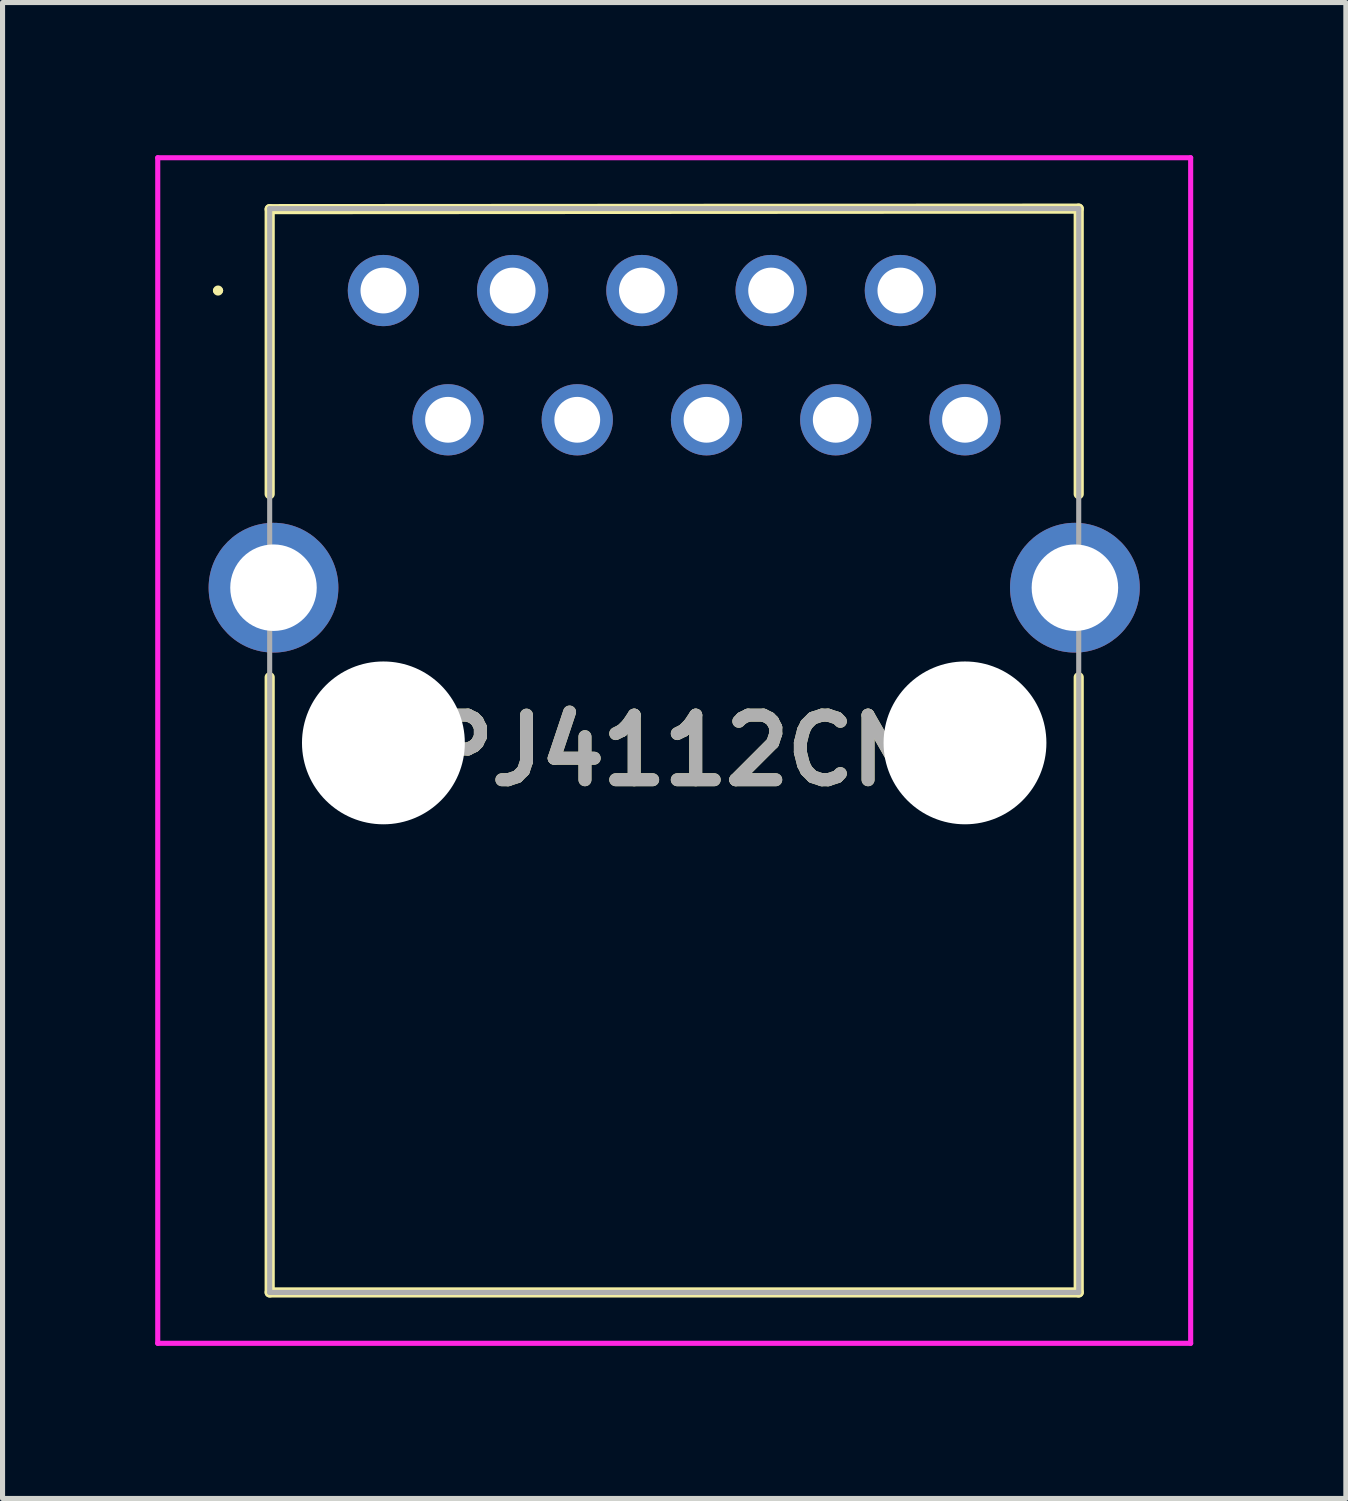
<source format=kicad_pcb>
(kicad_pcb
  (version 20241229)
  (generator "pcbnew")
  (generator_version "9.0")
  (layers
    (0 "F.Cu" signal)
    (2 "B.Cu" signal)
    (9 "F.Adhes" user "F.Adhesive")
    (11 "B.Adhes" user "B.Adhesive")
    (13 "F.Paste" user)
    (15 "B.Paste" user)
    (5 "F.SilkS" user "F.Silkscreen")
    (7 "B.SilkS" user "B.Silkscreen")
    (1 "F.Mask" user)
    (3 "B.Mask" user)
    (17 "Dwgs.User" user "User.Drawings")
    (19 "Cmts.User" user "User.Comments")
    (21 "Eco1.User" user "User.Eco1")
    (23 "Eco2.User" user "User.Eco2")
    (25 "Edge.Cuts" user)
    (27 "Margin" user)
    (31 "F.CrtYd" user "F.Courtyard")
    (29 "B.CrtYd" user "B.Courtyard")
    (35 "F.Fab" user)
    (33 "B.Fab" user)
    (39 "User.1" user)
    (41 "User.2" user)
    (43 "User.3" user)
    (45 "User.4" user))
  (footprint "LPJ4112CNL"
    (layer "F.Cu")
    (at 4.485 2.66)
    (property "Reference" "LPJ4112CNL" (at 5.715 9.04 0) (layer "F.SilkS") (effects (font (size 1.27 1.27) (thickness 0.254))))
    (attr through_hole)
    (fp_line (start -3.3 0) (end -3.3 0) (stroke (width 0.1) (type solid)) (layer "F.SilkS"))
    (fp_line (start -3.2 0) (end -3.2 0) (stroke (width 0.1) (type solid)) (layer "F.SilkS"))
    (fp_line (start -2.235 -1.6) (end 13.665 -1.61) (stroke (width 0.2) (type solid)) (layer "F.SilkS"))
    (fp_line (start -2.235 4) (end -2.235 -1.6) (stroke (width 0.2) (type solid)) (layer "F.SilkS"))
    (fp_line (start -2.235 19.69) (end -2.235 7.6) (stroke (width 0.2) (type solid)) (layer "F.SilkS"))
    (fp_line (start 13.665 -1.61) (end 13.665 4) (stroke (width 0.2) (type solid)) (layer "F.SilkS"))
    (fp_line (start 13.665 7.6) (end 13.665 19.69) (stroke (width 0.2) (type solid)) (layer "F.SilkS"))
    (fp_line (start 13.665 19.69) (end -2.235 19.69) (stroke (width 0.2) (type solid)) (layer "F.SilkS"))
    (fp_arc (start -3.3 0) (mid -3.25 -0.05) (end -3.2 0) (stroke (width 0.1) (type solid)) (layer "F.SilkS"))
    (fp_arc (start -3.2 0) (mid -3.25 0.05) (end -3.3 0) (stroke (width 0.1) (type solid)) (layer "F.SilkS"))
    (fp_line (start -4.435 -2.61) (end 15.865 -2.61) (stroke (width 0.1) (type solid)) (layer "F.CrtYd"))
    (fp_line (start -4.435 20.69) (end -4.435 -2.61) (stroke (width 0.1) (type solid)) (layer "F.CrtYd"))
    (fp_line (start 15.865 -2.61) (end 15.865 20.69) (stroke (width 0.1) (type solid)) (layer "F.CrtYd"))
    (fp_line (start 15.865 20.69) (end -4.435 20.69) (stroke (width 0.1) (type solid)) (layer "F.CrtYd"))
    (fp_line (start -2.235 -1.61) (end 13.665 -1.61) (stroke (width 0.1) (type solid)) (layer "F.Fab"))
    (fp_line (start -2.235 19.69) (end -2.235 -1.61) (stroke (width 0.1) (type solid)) (layer "F.Fab"))
    (fp_line (start 13.665 -1.61) (end 13.665 19.69) (stroke (width 0.1) (type solid)) (layer "F.Fab"))
    (fp_line (start 13.665 19.69) (end -2.235 19.69) (stroke (width 0.1) (type solid)) (layer "F.Fab"))
    (fp_text user "${REFERENCE}" (at 5.715 9.04 0) (layer "F.Fab") (effects (font (size 1.27 1.27) (thickness 0.254))))
    (pad "" np_thru_hole circle (at 0 8.89) (size 3.2 3.2) (drill 3.2) (layers "*.Cu" "*.Mask"))
    (pad "" np_thru_hole circle (at 11.43 8.89) (size 3.2 3.2) (drill 3.2) (layers "*.Cu" "*.Mask"))
    (pad "1" thru_hole circle (at 0 0) (size 1.4 1.4) (drill 0.9) (layers "*.Cu" "*.Mask"))
    (pad "2" thru_hole circle (at 1.27 2.54) (size 1.4 1.4) (drill 0.9) (layers "*.Cu" "*.Mask"))
    (pad "3" thru_hole circle (at 2.54 0) (size 1.4 1.4) (drill 0.9) (layers "*.Cu" "*.Mask"))
    (pad "4" thru_hole circle (at 3.81 2.54) (size 1.4 1.4) (drill 0.9) (layers "*.Cu" "*.Mask"))
    (pad "5" thru_hole circle (at 5.08 0) (size 1.4 1.4) (drill 0.9) (layers "*.Cu" "*.Mask"))
    (pad "6" thru_hole circle (at 6.35 2.54) (size 1.4 1.4) (drill 0.9) (layers "*.Cu" "*.Mask"))
    (pad "7" thru_hole circle (at 7.62 0) (size 1.4 1.4) (drill 0.9) (layers "*.Cu" "*.Mask"))
    (pad "8" thru_hole circle (at 8.89 2.54) (size 1.4 1.4) (drill 0.9) (layers "*.Cu" "*.Mask"))
    (pad "9" thru_hole circle (at 10.16 0) (size 1.4 1.4) (drill 0.9) (layers "*.Cu" "*.Mask"))
    (pad "10" thru_hole circle (at 11.43 2.54) (size 1.4 1.4) (drill 0.9) (layers "*.Cu" "*.Mask"))
    (pad "MH1" thru_hole circle (at -2.16 5.84) (size 2.55 2.55) (drill 1.7) (layers "*.Cu" "*.Mask"))
    (pad "MH2" thru_hole circle (at 13.59 5.84) (size 2.55 2.55) (drill 1.7) (layers "*.Cu" "*.Mask")))
  (gr_rect
    (start -3 -3)
    (end 23.4 26.4)
    (stroke (width 0.1) (type default))
    (fill no)
    (layer "Edge.Cuts")))
</source>
